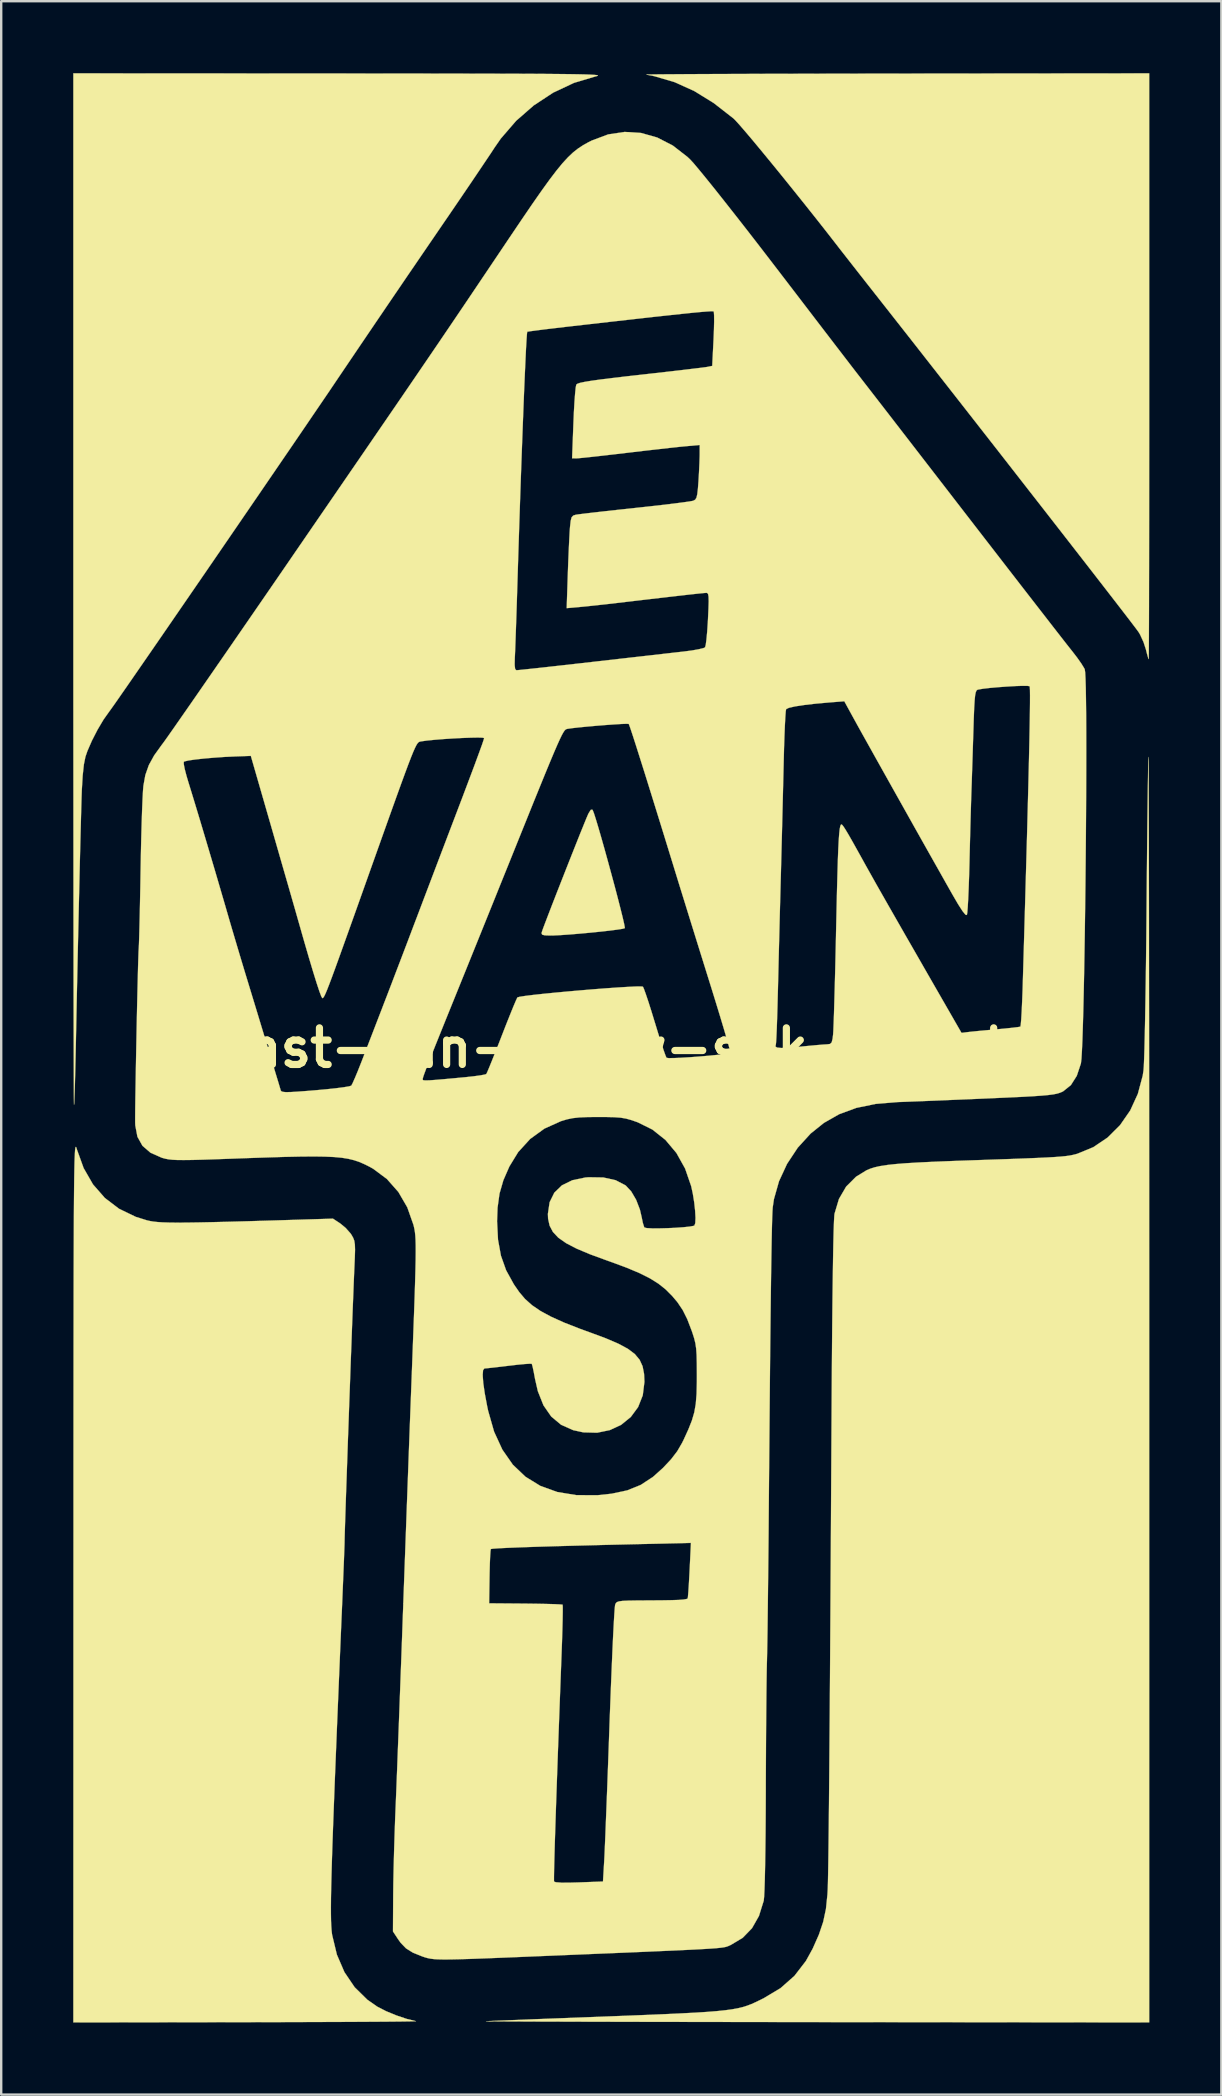
<source format=kicad_pcb>
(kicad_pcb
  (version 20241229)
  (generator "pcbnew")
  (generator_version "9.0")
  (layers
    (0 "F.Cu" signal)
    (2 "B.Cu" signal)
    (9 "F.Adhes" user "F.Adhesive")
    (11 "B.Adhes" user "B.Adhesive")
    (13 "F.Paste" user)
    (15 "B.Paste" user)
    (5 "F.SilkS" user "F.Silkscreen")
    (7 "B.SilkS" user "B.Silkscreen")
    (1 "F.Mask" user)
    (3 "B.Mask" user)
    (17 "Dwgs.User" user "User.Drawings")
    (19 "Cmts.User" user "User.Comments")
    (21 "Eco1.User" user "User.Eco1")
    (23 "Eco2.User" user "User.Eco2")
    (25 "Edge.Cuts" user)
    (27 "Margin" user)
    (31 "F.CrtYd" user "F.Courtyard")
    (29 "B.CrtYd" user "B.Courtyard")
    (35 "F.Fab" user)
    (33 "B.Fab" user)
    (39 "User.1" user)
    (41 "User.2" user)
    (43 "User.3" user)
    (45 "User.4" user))
  (footprint "east-van-arrow-silk-invert"
    (layer "F.Cu")
    (at 22.412 40.599)
    (property "Reference" "east-van-arrow-silk-invert" (at 0 0 0) (layer "F.SilkS") (effects (font (size 1.524 1.524) (thickness 0.3))))
    (attr through_hole)
    (fp_poly (pts (xy -0.769 -9.893) (xy -0.719 -9.765) (xy -0.64 -9.517) (xy -0.536 -9.172) (xy -0.414 -8.751) (xy -0.279 -8.274) (xy -0.138 -7.763) (xy 0.005 -7.239) (xy 0.144 -6.724) (xy 0.272 -6.238) (xy 0.383 -5.803) (xy 0.473 -5.441) (xy 0.535 -5.171) (xy 0.564 -5.016) (xy 0.563 -4.987) (xy 0.469 -4.96) (xy 0.25 -4.926) (xy -0.066 -4.885) (xy -0.45 -4.842) (xy -0.875 -4.799) (xy -1.311 -4.759) (xy -1.731 -4.724) (xy -2.106 -4.698) (xy -2.408 -4.683) (xy -2.536 -4.681) (xy -2.768 -4.688) (xy -2.88 -4.717) (xy -2.904 -4.78) (xy -2.896 -4.815) (xy -2.854 -4.94) (xy -2.762 -5.185) (xy -2.63 -5.53) (xy -2.467 -5.954) (xy -2.28 -6.434) (xy -2.078 -6.949) (xy -1.87 -7.478) (xy -1.664 -8) (xy -1.468 -8.493) (xy -1.292 -8.935) (xy -1.142 -9.305) (xy -1.029 -9.582) (xy -0.959 -9.744) (xy -0.947 -9.768) (xy -0.856 -9.914) (xy -0.793 -9.926) (xy -0.769 -9.893)) (stroke (width 0.01) (type solid)) (fill yes) (layer "F.SilkS"))
    (fp_poly (pts (xy 22.407 -28.393) (xy 22.407 -27.037) (xy 22.407 -25.724) (xy 22.406 -24.461) (xy 22.405 -23.256) (xy 22.404 -22.118) (xy 22.403 -21.055) (xy 22.402 -20.075) (xy 22.4 -19.187) (xy 22.399 -18.397) (xy 22.397 -17.715) (xy 22.395 -17.148) (xy 22.393 -16.706) (xy 22.391 -16.395) (xy 22.389 -16.224) (xy 22.387 -16.192) (xy 22.36 -16.259) (xy 22.311 -16.433) (xy 22.271 -16.594) (xy 22.17 -16.904) (xy 22.028 -17.214) (xy 21.965 -17.32) (xy 21.89 -17.423) (xy 21.727 -17.639) (xy 21.483 -17.958) (xy 21.163 -18.373) (xy 20.776 -18.874) (xy 20.326 -19.455) (xy 19.822 -20.105) (xy 19.269 -20.816) (xy 18.674 -21.581) (xy 18.043 -22.391) (xy 17.384 -23.236) (xy 16.703 -24.11) (xy 16.007 -25.002) (xy 15.301 -25.905) (xy 14.593 -26.811) (xy 13.889 -27.71) (xy 13.196 -28.595) (xy 12.521 -29.457) (xy 11.869 -30.287) (xy 11.375 -30.916) (xy 10.978 -31.421) (xy 10.595 -31.908) (xy 10.242 -32.358) (xy 9.933 -32.753) (xy 9.681 -33.075) (xy 9.502 -33.304) (xy 9.439 -33.386) (xy 9.012 -33.935) (xy 8.559 -34.511) (xy 8.091 -35.1) (xy 7.619 -35.689) (xy 7.156 -36.264) (xy 6.711 -36.811) (xy 6.297 -37.315) (xy 5.924 -37.765) (xy 5.604 -38.144) (xy 5.348 -38.44) (xy 5.168 -38.639) (xy 5.092 -38.714) (xy 4.268 -39.356) (xy 3.456 -39.857) (xy 2.638 -40.227) (xy 1.796 -40.475) (xy 1.458 -40.541) (xy 1.51 -40.545) (xy 1.707 -40.549) (xy 2.041 -40.553) (xy 2.502 -40.556) (xy 3.083 -40.56) (xy 3.774 -40.564) (xy 4.568 -40.567) (xy 5.455 -40.57) (xy 6.427 -40.574) (xy 7.476 -40.576) (xy 8.593 -40.579) (xy 9.77 -40.581) (xy 10.997 -40.583) (xy 11.837 -40.584) (xy 22.407 -40.594) (xy 22.407 -28.393)) (stroke (width 0.01) (type solid)) (fill yes) (layer "F.SilkS"))
    (fp_poly (pts (xy -11.261 -40.588) (xy -9.731 -40.587) (xy -8.347 -40.586) (xy -7.103 -40.584) (xy -5.992 -40.582) (xy -5.007 -40.58) (xy -4.142 -40.578) (xy -3.389 -40.575) (xy -2.742 -40.571) (xy -2.195 -40.566) (xy -1.739 -40.561) (xy -1.369 -40.555) (xy -1.077 -40.548) (xy -0.857 -40.539) (xy -0.702 -40.53) (xy -0.605 -40.52) (xy -0.56 -40.508) (xy -0.559 -40.495) (xy -0.596 -40.48) (xy -0.652 -40.467) (xy -1.554 -40.197) (xy -2.42 -39.79) (xy -3.229 -39.258) (xy -3.963 -38.617) (xy -4.6 -37.879) (xy -4.859 -37.506) (xy -5.002 -37.287) (xy -5.22 -36.962) (xy -5.498 -36.548) (xy -5.824 -36.064) (xy -6.186 -35.531) (xy -6.57 -34.967) (xy -6.959 -34.398) (xy -7.751 -33.24) (xy -8.475 -32.18) (xy -9.151 -31.187) (xy -9.799 -30.233) (xy -10.439 -29.289) (xy -11.09 -28.326) (xy -11.394 -27.876) (xy -11.702 -27.419) (xy -12.068 -26.88) (xy -12.485 -26.268) (xy -12.945 -25.592) (xy -13.442 -24.864) (xy -13.97 -24.092) (xy -14.52 -23.287) (xy -15.087 -22.459) (xy -15.663 -21.618) (xy -16.242 -20.773) (xy -16.817 -19.935) (xy -17.381 -19.114) (xy -17.928 -18.319) (xy -18.449 -17.561) (xy -18.939 -16.849) (xy -19.391 -16.194) (xy -19.798 -15.605) (xy -20.152 -15.093) (xy -20.448 -14.667) (xy -20.678 -14.337) (xy -20.836 -14.114) (xy -20.914 -14.007) (xy -20.916 -14.005) (xy -21.151 -13.673) (xy -21.4 -13.252) (xy -21.633 -12.798) (xy -21.82 -12.369) (xy -21.904 -12.124) (xy -21.968 -11.807) (xy -22.018 -11.345) (xy -22.054 -10.743) (xy -22.065 -10.436) (xy -22.079 -9.941) (xy -22.096 -9.312) (xy -22.115 -8.571) (xy -22.136 -7.737) (xy -22.157 -6.831) (xy -22.18 -5.873) (xy -22.202 -4.884) (xy -22.225 -3.884) (xy -22.246 -2.893) (xy -22.267 -1.932) (xy -22.285 -1.02) (xy -22.301 -0.23) (xy -22.314 0.382) (xy -22.327 0.944) (xy -22.34 1.438) (xy -22.352 1.845) (xy -22.364 2.148) (xy -22.373 2.329) (xy -22.379 2.372) (xy -22.381 2.299) (xy -22.384 2.079) (xy -22.386 1.718) (xy -22.388 1.221) (xy -22.39 0.595) (xy -22.392 -0.153) (xy -22.394 -1.018) (xy -22.396 -1.994) (xy -22.398 -3.075) (xy -22.399 -4.253) (xy -22.401 -5.524) (xy -22.402 -6.881) (xy -22.403 -8.318) (xy -22.404 -9.829) (xy -22.405 -11.407) (xy -22.406 -13.047) (xy -22.407 -14.743) (xy -22.407 -16.487) (xy -22.407 -18.275) (xy -22.407 -19.095) (xy -22.407 -40.594) (xy -11.261 -40.588)) (stroke (width 0.01) (type solid)) (fill yes) (layer "F.SilkS"))
    (fp_poly (pts (xy -22.289 4.138) (xy -22.275 4.174) (xy -22.262 4.221) (xy -21.978 5.008) (xy -21.589 5.685) (xy -21.095 6.251) (xy -20.501 6.703) (xy -19.807 7.038) (xy -19.338 7.184) (xy -19.212 7.212) (xy -19.069 7.236) (xy -18.898 7.254) (xy -18.686 7.268) (xy -18.423 7.276) (xy -18.097 7.28) (xy -17.696 7.278) (xy -17.21 7.271) (xy -16.626 7.259) (xy -15.934 7.242) (xy -15.121 7.22) (xy -14.176 7.192) (xy -13.221 7.163) (xy -11.593 7.113) (xy -11.292 7.311) (xy -11.062 7.501) (xy -10.861 7.728) (xy -10.821 7.787) (xy -10.75 7.912) (xy -10.704 8.035) (xy -10.68 8.189) (xy -10.673 8.407) (xy -10.682 8.721) (xy -10.696 9.039) (xy -10.709 9.332) (xy -10.726 9.746) (xy -10.746 10.264) (xy -10.77 10.873) (xy -10.796 11.557) (xy -10.823 12.301) (xy -10.853 13.09) (xy -10.882 13.909) (xy -10.913 14.743) (xy -10.942 15.576) (xy -10.972 16.395) (xy -10.999 17.183) (xy -11.025 17.926) (xy -11.049 18.609) (xy -11.069 19.216) (xy -11.086 19.733) (xy -11.099 20.145) (xy -11.107 20.436) (xy -11.11 20.591) (xy -11.11 20.604) (xy -11.113 20.713) (xy -11.122 20.958) (xy -11.135 21.32) (xy -11.154 21.782) (xy -11.176 22.325) (xy -11.201 22.932) (xy -11.228 23.584) (xy -11.231 23.635) (xy -11.301 25.29) (xy -11.364 26.798) (xy -11.421 28.168) (xy -11.471 29.405) (xy -11.516 30.518) (xy -11.554 31.514) (xy -11.587 32.398) (xy -11.615 33.18) (xy -11.637 33.865) (xy -11.654 34.461) (xy -11.667 34.976) (xy -11.675 35.415) (xy -11.678 35.787) (xy -11.677 36.098) (xy -11.673 36.356) (xy -11.664 36.568) (xy -11.652 36.741) (xy -11.637 36.882) (xy -11.627 36.949) (xy -11.429 37.771) (xy -11.115 38.499) (xy -10.69 39.127) (xy -10.158 39.65) (xy -9.746 39.937) (xy -9.39 40.121) (xy -8.959 40.299) (xy -8.52 40.447) (xy -8.142 40.54) (xy -8.134 40.541) (xy -8.181 40.546) (xy -8.372 40.55) (xy -8.695 40.555) (xy -9.141 40.56) (xy -9.7 40.564) (xy -10.361 40.568) (xy -11.115 40.572) (xy -11.95 40.575) (xy -12.857 40.578) (xy -13.826 40.581) (xy -14.846 40.583) (xy -15.175 40.584) (xy -22.407 40.594) (xy -22.403 22.158) (xy -22.402 20.173) (xy -22.402 18.337) (xy -22.401 16.642) (xy -22.4 15.085) (xy -22.399 13.659) (xy -22.398 12.358) (xy -22.396 11.178) (xy -22.395 10.113) (xy -22.393 9.156) (xy -22.39 8.304) (xy -22.387 7.549) (xy -22.384 6.887) (xy -22.38 6.311) (xy -22.375 5.818) (xy -22.37 5.4) (xy -22.364 5.052) (xy -22.358 4.769) (xy -22.35 4.546) (xy -22.342 4.376) (xy -22.334 4.254) (xy -22.324 4.175) (xy -22.313 4.133) (xy -22.302 4.123) (xy -22.289 4.138)) (stroke (width 0.01) (type solid)) (fill yes) (layer "F.SilkS"))
    (fp_poly (pts (xy 22.38 -12.045) (xy 22.383 -11.823) (xy 22.385 -11.46) (xy 22.387 -10.959) (xy 22.389 -10.327) (xy 22.391 -9.569) (xy 22.393 -8.691) (xy 22.394 -7.699) (xy 22.396 -6.597) (xy 22.398 -5.391) (xy 22.399 -4.087) (xy 22.4 -2.691) (xy 22.402 -1.207) (xy 22.403 0.358) (xy 22.404 1.999) (xy 22.405 3.71) (xy 22.406 5.487) (xy 22.406 7.323) (xy 22.407 9.212) (xy 22.407 11.151) (xy 22.407 13.132) (xy 22.407 14.222) (xy 22.407 40.594) (xy 8.384 40.58) (xy 6.936 40.578) (xy 5.534 40.576) (xy 4.185 40.574) (xy 2.896 40.572) (xy 1.675 40.57) (xy 0.529 40.568) (xy -0.535 40.565) (xy -1.509 40.563) (xy -2.386 40.56) (xy -3.159 40.558) (xy -3.821 40.555) (xy -4.364 40.553) (xy -4.781 40.55) (xy -5.065 40.548) (xy -5.208 40.545) (xy -5.218 40.544) (xy -5.05 40.536) (xy -4.747 40.523) (xy -4.329 40.506) (xy -3.814 40.486) (xy -3.222 40.462) (xy -2.572 40.437) (xy -1.883 40.411) (xy -1.65 40.402) (xy -0.469 40.357) (xy 0.569 40.317) (xy 1.475 40.281) (xy 2.26 40.248) (xy 2.935 40.216) (xy 3.511 40.186) (xy 3.998 40.155) (xy 4.407 40.122) (xy 4.75 40.086) (xy 5.036 40.047) (xy 5.277 40.003) (xy 5.483 39.953) (xy 5.666 39.895) (xy 5.835 39.83) (xy 6.003 39.755) (xy 6.179 39.67) (xy 6.355 39.583) (xy 7.05 39.166) (xy 7.63 38.654) (xy 8.107 38.034) (xy 8.388 37.524) (xy 8.649 36.935) (xy 8.828 36.404) (xy 8.942 35.868) (xy 9.004 35.267) (xy 9.016 35.057) (xy 9.024 34.815) (xy 9.032 34.434) (xy 9.041 33.91) (xy 9.05 33.245) (xy 9.059 32.437) (xy 9.069 31.484) (xy 9.079 30.387) (xy 9.089 29.143) (xy 9.1 27.753) (xy 9.111 26.215) (xy 9.122 24.528) (xy 9.134 22.692) (xy 9.146 20.706) (xy 9.158 18.568) (xy 9.171 16.278) (xy 9.176 15.463) (xy 9.184 14.071) (xy 9.193 12.787) (xy 9.203 11.617) (xy 9.214 10.565) (xy 9.226 9.635) (xy 9.238 8.833) (xy 9.25 8.162) (xy 9.263 7.627) (xy 9.277 7.234) (xy 9.291 6.986) (xy 9.3 6.906) (xy 9.484 6.292) (xy 9.784 5.777) (xy 10.199 5.364) (xy 10.627 5.101) (xy 10.787 5.032) (xy 10.975 4.973) (xy 11.204 4.922) (xy 11.49 4.878) (xy 11.846 4.839) (xy 12.287 4.804) (xy 12.826 4.772) (xy 13.479 4.741) (xy 14.259 4.71) (xy 15.002 4.684) (xy 15.884 4.654) (xy 16.626 4.628) (xy 17.243 4.605) (xy 17.748 4.584) (xy 18.156 4.565) (xy 18.48 4.546) (xy 18.734 4.527) (xy 18.933 4.507) (xy 19.09 4.485) (xy 19.219 4.46) (xy 19.334 4.432) (xy 19.415 4.409) (xy 20.079 4.135) (xy 20.676 3.733) (xy 21.192 3.219) (xy 21.616 2.608) (xy 21.934 1.916) (xy 22.137 1.157) (xy 22.17 0.938) (xy 22.183 0.768) (xy 22.196 0.459) (xy 22.21 0.022) (xy 22.223 -0.53) (xy 22.237 -1.184) (xy 22.25 -1.927) (xy 22.263 -2.746) (xy 22.275 -3.627) (xy 22.286 -4.56) (xy 22.295 -5.529) (xy 22.298 -5.87) (xy 22.306 -6.833) (xy 22.315 -7.751) (xy 22.324 -8.613) (xy 22.332 -9.406) (xy 22.341 -10.121) (xy 22.349 -10.744) (xy 22.357 -11.265) (xy 22.364 -11.673) (xy 22.371 -11.955) (xy 22.376 -12.1) (xy 22.378 -12.118) (xy 22.38 -12.045)) (stroke (width 0.01) (type solid)) (fill yes) (layer "F.SilkS"))
    (fp_poly (pts (xy 1.244 -38.11) (xy 1.916 -37.92) (xy 2.564 -37.586) (xy 3.177 -37.11) (xy 3.292 -37) (xy 3.429 -36.85) (xy 3.649 -36.589) (xy 3.943 -36.23) (xy 4.302 -35.785) (xy 4.715 -35.264) (xy 5.174 -34.681) (xy 5.67 -34.046) (xy 6.192 -33.372) (xy 6.731 -32.671) (xy 6.893 -32.46) (xy 7.432 -31.756) (xy 7.952 -31.077) (xy 8.444 -30.434) (xy 8.899 -29.84) (xy 9.308 -29.306) (xy 9.663 -28.844) (xy 9.954 -28.465) (xy 10.173 -28.181) (xy 10.31 -28.004) (xy 10.336 -27.971) (xy 10.437 -27.84) (xy 10.625 -27.598) (xy 10.891 -27.254) (xy 11.228 -26.819) (xy 11.629 -26.301) (xy 12.085 -25.71) (xy 12.589 -25.058) (xy 13.134 -24.352) (xy 13.712 -23.604) (xy 14.315 -22.823) (xy 14.725 -22.292) (xy 15.343 -21.492) (xy 15.943 -20.716) (xy 16.516 -19.975) (xy 17.055 -19.279) (xy 17.552 -18.638) (xy 18 -18.061) (xy 18.389 -17.559) (xy 18.714 -17.142) (xy 18.965 -16.82) (xy 19.136 -16.604) (xy 19.199 -16.525) (xy 19.407 -16.255) (xy 19.583 -16.005) (xy 19.699 -15.816) (xy 19.723 -15.766) (xy 19.74 -15.642) (xy 19.754 -15.377) (xy 19.766 -14.984) (xy 19.774 -14.475) (xy 19.781 -13.863) (xy 19.784 -13.16) (xy 19.785 -12.38) (xy 19.784 -11.534) (xy 19.781 -10.635) (xy 19.776 -9.696) (xy 19.769 -8.729) (xy 19.76 -7.747) (xy 19.75 -6.763) (xy 19.738 -5.788) (xy 19.725 -4.836) (xy 19.71 -3.92) (xy 19.695 -3.051) (xy 19.678 -2.242) (xy 19.661 -1.507) (xy 19.642 -0.857) (xy 19.624 -0.305) (xy 19.604 0.137) (xy 19.585 0.455) (xy 19.564 0.638) (xy 19.562 0.652) (xy 19.391 1.164) (xy 19.145 1.551) (xy 18.826 1.807) (xy 18.783 1.829) (xy 18.683 1.871) (xy 18.563 1.907) (xy 18.409 1.937) (xy 18.202 1.964) (xy 17.926 1.989) (xy 17.566 2.014) (xy 17.104 2.04) (xy 16.524 2.067) (xy 15.809 2.099) (xy 15.693 2.104) (xy 15.004 2.134) (xy 14.319 2.162) (xy 13.663 2.19) (xy 13.063 2.214) (xy 12.546 2.234) (xy 12.137 2.25) (xy 11.933 2.257) (xy 11.017 2.333) (xy 10.213 2.498) (xy 9.5 2.759) (xy 8.86 3.123) (xy 8.305 3.568) (xy 7.768 4.156) (xy 7.323 4.829) (xy 6.987 5.554) (xy 6.776 6.299) (xy 6.725 6.644) (xy 6.714 6.807) (xy 6.703 7.085) (xy 6.692 7.479) (xy 6.681 7.993) (xy 6.67 8.63) (xy 6.658 9.394) (xy 6.646 10.288) (xy 6.634 11.314) (xy 6.621 12.477) (xy 6.608 13.779) (xy 6.595 15.223) (xy 6.581 16.813) (xy 6.566 18.552) (xy 6.56 19.299) (xy 6.553 20.212) (xy 6.544 21.108) (xy 6.535 21.971) (xy 6.526 22.785) (xy 6.517 23.532) (xy 6.509 24.197) (xy 6.5 24.763) (xy 6.492 25.213) (xy 6.485 25.531) (xy 6.483 25.592) (xy 6.476 25.893) (xy 6.469 26.328) (xy 6.462 26.878) (xy 6.456 27.523) (xy 6.45 28.244) (xy 6.445 29.022) (xy 6.441 29.837) (xy 6.437 30.67) (xy 6.437 30.963) (xy 6.433 31.856) (xy 6.427 32.681) (xy 6.418 33.425) (xy 6.408 34.077) (xy 6.396 34.625) (xy 6.382 35.056) (xy 6.367 35.36) (xy 6.351 35.522) (xy 6.349 35.529) (xy 6.152 36.159) (xy 5.862 36.67) (xy 5.475 37.069) (xy 4.985 37.363) (xy 4.967 37.371) (xy 4.915 37.395) (xy 4.867 37.416) (xy 4.815 37.435) (xy 4.749 37.453) (xy 4.66 37.469) (xy 4.539 37.485) (xy 4.377 37.501) (xy 4.164 37.517) (xy 3.892 37.534) (xy 3.55 37.553) (xy 3.13 37.574) (xy 2.623 37.598) (xy 2.019 37.624) (xy 1.309 37.655) (xy 0.484 37.69) (xy -0.466 37.729) (xy -1.549 37.774) (xy -2.775 37.825) (xy -2.954 37.832) (xy -3.889 37.871) (xy -4.683 37.903) (xy -5.349 37.929) (xy -5.901 37.949) (xy -6.352 37.962) (xy -6.714 37.97) (xy -7.001 37.971) (xy -7.225 37.966) (xy -7.399 37.955) (xy -7.536 37.937) (xy -7.65 37.914) (xy -7.753 37.885) (xy -7.859 37.85) (xy -7.875 37.844) (xy -8.265 37.687) (xy -8.549 37.509) (xy -8.773 37.277) (xy -8.882 37.124) (xy -9.093 36.804) (xy -9.084 35.303) (xy -9.078 34.787) (xy -9.065 34.161) (xy -9.047 33.47) (xy -9.025 32.76) (xy -9.001 32.072) (xy -8.987 31.731) (xy -8.97 31.321) (xy -8.948 30.774) (xy -8.922 30.107) (xy -8.893 29.338) (xy -8.86 28.482) (xy -8.825 27.557) (xy -8.789 26.579) (xy -8.751 25.566) (xy -8.713 24.533) (xy -8.676 23.499) (xy -8.669 23.328) (xy -8.663 23.136) (xy -5.088 23.136) (xy -3.574 23.148) (xy -3.108 23.154) (xy -2.697 23.162) (xy -2.365 23.171) (xy -2.134 23.182) (xy -2.03 23.192) (xy -2.027 23.194) (xy -2.021 23.276) (xy -2.021 23.492) (xy -2.026 23.82) (xy -2.037 24.24) (xy -2.052 24.731) (xy -2.071 25.254) (xy -2.127 26.738) (xy -2.178 28.109) (xy -2.224 29.363) (xy -2.264 30.496) (xy -2.299 31.504) (xy -2.328 32.383) (xy -2.352 33.13) (xy -2.369 33.739) (xy -2.381 34.208) (xy -2.386 34.532) (xy -2.386 34.707) (xy -2.385 34.724) (xy -2.307 34.755) (xy -2.086 34.771) (xy -1.73 34.772) (xy -1.362 34.762) (xy -0.345 34.724) (xy -0.295 33.879) (xy -0.283 33.651) (xy -0.267 33.286) (xy -0.246 32.8) (xy -0.223 32.208) (xy -0.196 31.528) (xy -0.167 30.775) (xy -0.137 29.965) (xy -0.106 29.115) (xy -0.075 28.24) (xy -0.074 28.201) (xy -0.042 27.349) (xy -0.011 26.54) (xy 0.02 25.787) (xy 0.049 25.104) (xy 0.077 24.503) (xy 0.103 23.999) (xy 0.126 23.605) (xy 0.145 23.335) (xy 0.16 23.202) (xy 0.162 23.194) (xy 0.19 23.131) (xy 0.236 23.086) (xy 0.322 23.055) (xy 0.471 23.035) (xy 0.705 23.024) (xy 1.045 23.018) (xy 1.516 23.015) (xy 1.552 23.015) (xy 2.104 23.011) (xy 2.52 23.004) (xy 2.818 22.994) (xy 3.016 22.978) (xy 3.133 22.957) (xy 3.184 22.931) (xy 3.195 22.85) (xy 3.212 22.642) (xy 3.232 22.337) (xy 3.253 21.959) (xy 3.263 21.763) (xy 3.319 20.619) (xy 0.873 20.676) (xy -0.306 20.704) (xy -1.363 20.731) (xy -2.294 20.756) (xy -3.095 20.78) (xy -3.763 20.803) (xy -4.292 20.824) (xy -4.681 20.843) (xy -4.923 20.86) (xy -5.016 20.875) (xy -5.016 20.875) (xy -5.031 20.961) (xy -5.045 21.173) (xy -5.058 21.481) (xy -5.068 21.858) (xy -5.071 22.025) (xy -5.088 23.136) (xy -8.663 23.136) (xy -8.631 22.263) (xy -8.591 21.173) (xy -8.551 20.079) (xy -8.512 19) (xy -8.473 17.956) (xy -8.437 16.967) (xy -8.403 16.053) (xy -8.372 15.233) (xy -8.345 14.527) (xy -8.324 13.966) (xy -8.311 13.63) (xy -5.356 13.63) (xy -5.332 13.959) (xy -5.269 14.398) (xy -5.168 14.933) (xy -5.129 15.117) (xy -4.881 15.986) (xy -4.537 16.734) (xy -4.101 17.361) (xy -3.573 17.864) (xy -2.954 18.245) (xy -2.248 18.5) (xy -1.454 18.63) (xy -0.575 18.633) (xy 0.016 18.57) (xy 0.667 18.431) (xy 1.226 18.205) (xy 1.736 17.871) (xy 2.152 17.498) (xy 2.494 17.133) (xy 2.749 16.8) (xy 2.955 16.444) (xy 3.013 16.327) (xy 3.212 15.891) (xy 3.358 15.523) (xy 3.458 15.181) (xy 3.52 14.826) (xy 3.553 14.418) (xy 3.565 13.917) (xy 3.566 13.621) (xy 3.563 13.148) (xy 3.555 12.793) (xy 3.536 12.522) (xy 3.503 12.299) (xy 3.451 12.09) (xy 3.377 11.859) (xy 3.349 11.779) (xy 3.166 11.3) (xy 2.977 10.922) (xy 2.756 10.593) (xy 2.538 10.334) (xy 2.268 10.063) (xy 1.966 9.822) (xy 1.61 9.599) (xy 1.178 9.382) (xy 0.646 9.158) (xy -0.008 8.916) (xy -0.188 8.852) (xy -0.887 8.596) (xy -1.447 8.36) (xy -1.883 8.133) (xy -2.207 7.905) (xy -2.431 7.666) (xy -2.568 7.406) (xy -2.632 7.115) (xy -2.64 6.913) (xy -2.568 6.429) (xy -2.372 6.031) (xy -2.056 5.725) (xy -1.623 5.513) (xy -1.078 5.399) (xy -0.943 5.388) (xy -0.331 5.398) (xy 0.185 5.512) (xy 0.596 5.728) (xy 0.604 5.734) (xy 0.831 5.978) (xy 1.036 6.328) (xy 1.193 6.736) (xy 1.268 7.06) (xy 1.314 7.286) (xy 1.365 7.449) (xy 1.384 7.483) (xy 1.479 7.506) (xy 1.691 7.518) (xy 1.984 7.519) (xy 2.324 7.51) (xy 2.674 7.494) (xy 2.999 7.471) (xy 3.263 7.444) (xy 3.43 7.413) (xy 3.462 7.4) (xy 3.499 7.298) (xy 3.509 7.081) (xy 3.493 6.782) (xy 3.455 6.436) (xy 3.398 6.078) (xy 3.329 5.76) (xy 3.075 5.025) (xy 2.714 4.378) (xy 2.256 3.833) (xy 1.711 3.401) (xy 1.103 3.1) (xy 0.841 3.008) (xy 0.618 2.946) (xy 0.392 2.907) (xy 0.121 2.887) (xy -0.234 2.879) (xy -0.537 2.878) (xy -0.993 2.882) (xy -1.337 2.897) (xy -1.609 2.927) (xy -1.85 2.978) (xy -2.101 3.054) (xy -2.104 3.056) (xy -2.784 3.362) (xy -3.379 3.793) (xy -3.878 4.341) (xy -4.245 4.941) (xy -4.495 5.514) (xy -4.655 6.067) (xy -4.737 6.659) (xy -4.757 7.224) (xy -4.718 7.989) (xy -4.596 8.656) (xy -4.38 9.264) (xy -4.056 9.851) (xy -3.834 10.172) (xy -3.593 10.457) (xy -3.304 10.716) (xy -2.947 10.96) (xy -2.504 11.199) (xy -1.958 11.445) (xy -1.29 11.706) (xy -0.876 11.856) (xy -0.225 12.098) (xy 0.292 12.32) (xy 0.689 12.533) (xy 0.98 12.752) (xy 1.18 12.991) (xy 1.304 13.261) (xy 1.366 13.578) (xy 1.381 13.914) (xy 1.312 14.472) (xy 1.117 14.963) (xy 0.813 15.375) (xy 0.416 15.698) (xy -0.057 15.92) (xy -0.589 16.03) (xy -1.163 16.015) (xy -1.585 15.924) (xy -2.088 15.701) (xy -2.5 15.357) (xy -2.824 14.89) (xy -3.059 14.299) (xy -3.175 13.791) (xy -3.228 13.507) (xy -3.275 13.286) (xy -3.308 13.169) (xy -3.313 13.16) (xy -3.398 13.156) (xy -3.604 13.169) (xy -3.901 13.197) (xy -4.257 13.239) (xy -4.261 13.239) (xy -4.626 13.283) (xy -4.942 13.319) (xy -5.173 13.344) (xy -5.283 13.352) (xy -5.34 13.424) (xy -5.356 13.63) (xy -8.311 13.63) (xy -8.282 12.86) (xy -8.246 11.897) (xy -8.215 11.065) (xy -8.19 10.353) (xy -8.171 9.751) (xy -8.157 9.247) (xy -8.148 8.831) (xy -8.145 8.491) (xy -8.146 8.217) (xy -8.152 7.997) (xy -8.163 7.82) (xy -8.178 7.676) (xy -8.198 7.554) (xy -8.222 7.442) (xy -8.241 7.367) (xy -8.497 6.641) (xy -8.869 6.001) (xy -9.345 5.462) (xy -9.917 5.036) (xy -10.091 4.939) (xy -10.301 4.836) (xy -10.505 4.748) (xy -10.718 4.677) (xy -10.953 4.62) (xy -11.224 4.576) (xy -11.546 4.546) (xy -11.932 4.529) (xy -12.396 4.522) (xy -12.952 4.527) (xy -13.614 4.541) (xy -14.396 4.565) (xy -15.311 4.596) (xy -15.733 4.612) (xy -16.436 4.637) (xy -17.003 4.656) (xy -17.453 4.668) (xy -17.804 4.672) (xy -18.074 4.67) (xy -18.28 4.66) (xy -18.442 4.642) (xy -18.576 4.616) (xy -18.701 4.582) (xy -18.734 4.571) (xy -19.195 4.366) (xy -19.528 4.078) (xy -19.738 3.701) (xy -19.827 3.23) (xy -19.832 3.108) (xy -19.832 2.877) (xy -19.829 2.525) (xy -19.823 2.071) (xy -19.814 1.536) (xy -19.804 0.937) (xy -19.792 0.296) (xy -19.779 -0.368) (xy -19.766 -1.036) (xy -19.752 -1.687) (xy -19.738 -2.302) (xy -19.724 -2.861) (xy -19.712 -3.345) (xy -19.7 -3.734) (xy -19.691 -4.007) (xy -19.683 -4.144) (xy -19.675 -4.298) (xy -19.665 -4.586) (xy -19.654 -4.989) (xy -19.642 -5.487) (xy -19.63 -6.061) (xy -19.617 -6.691) (xy -19.606 -7.359) (xy -19.605 -7.405) (xy -19.593 -8.087) (xy -19.578 -8.745) (xy -19.561 -9.357) (xy -19.543 -9.901) (xy -19.524 -10.356) (xy -19.506 -10.701) (xy -19.489 -10.914) (xy -19.408 -11.365) (xy -19.265 -11.773) (xy -19.238 -11.823) (xy -17.808 -11.823) (xy -17.768 -11.616) (xy -17.693 -11.329) (xy -17.61 -11.05) (xy -17.484 -10.642) (xy -17.323 -10.113) (xy -17.135 -9.492) (xy -16.93 -8.805) (xy -16.715 -8.081) (xy -16.497 -7.346) (xy -16.287 -6.628) (xy -16.09 -5.955) (xy -15.999 -5.64) (xy -15.848 -5.121) (xy -15.669 -4.517) (xy -15.482 -3.889) (xy -15.305 -3.3) (xy -15.235 -3.069) (xy -15.091 -2.597) (xy -14.931 -2.071) (xy -14.76 -1.51) (xy -14.586 -0.936) (xy -14.413 -0.367) (xy -14.249 0.174) (xy -14.1 0.669) (xy -13.971 1.096) (xy -13.868 1.435) (xy -13.799 1.666) (xy -13.77 1.766) (xy -13.744 1.806) (xy -13.681 1.831) (xy -13.559 1.843) (xy -13.357 1.84) (xy -13.056 1.822) (xy -12.635 1.791) (xy -12.32 1.765) (xy -11.867 1.724) (xy -11.466 1.681) (xy -11.143 1.639) (xy -10.922 1.602) (xy -10.83 1.573) (xy -10.778 1.477) (xy -10.7 1.302) (xy -7.856 1.302) (xy -7.853 1.326) (xy -7.846 1.337) (xy -7.808 1.351) (xy -7.717 1.355) (xy -7.555 1.35) (xy -7.307 1.332) (xy -6.953 1.302) (xy -6.476 1.258) (xy -6.062 1.219) (xy -5.725 1.182) (xy -5.448 1.144) (xy -5.263 1.109) (xy -5.207 1.089) (xy -5.165 1.004) (xy -5.078 0.798) (xy -4.954 0.492) (xy -4.801 0.108) (xy -4.628 -0.333) (xy -4.564 -0.499) (xy -4.386 -0.956) (xy -4.223 -1.365) (xy -4.085 -1.705) (xy -3.98 -1.953) (xy -3.918 -2.087) (xy -3.908 -2.103) (xy -3.815 -2.129) (xy -3.592 -2.164) (xy -3.261 -2.205) (xy -2.842 -2.251) (xy -2.358 -2.299) (xy -1.831 -2.348) (xy -1.283 -2.396) (xy -0.735 -2.442) (xy -0.21 -2.482) (xy 0.272 -2.516) (xy 0.687 -2.541) (xy 1.015 -2.557) (xy 1.233 -2.56) (xy 1.319 -2.549) (xy 1.361 -2.457) (xy 1.439 -2.241) (xy 1.545 -1.926) (xy 1.669 -1.536) (xy 1.804 -1.095) (xy 1.813 -1.067) (xy 1.948 -0.624) (xy 2.073 -0.23) (xy 2.178 0.089) (xy 2.257 0.311) (xy 2.301 0.411) (xy 2.303 0.413) (xy 2.394 0.426) (xy 2.606 0.424) (xy 2.909 0.411) (xy 3.272 0.389) (xy 3.664 0.36) (xy 4.053 0.327) (xy 4.408 0.292) (xy 4.699 0.258) (xy 4.895 0.226) (xy 4.963 0.204) (xy 4.949 0.125) (xy 4.901 -0.058) (xy 6.838 -0.058) (xy 6.908 -0.013) (xy 7.079 0.004) (xy 7.368 -0.006) (xy 7.791 -0.043) (xy 7.842 -0.048) (xy 8.226 -0.085) (xy 8.571 -0.117) (xy 8.84 -0.139) (xy 8.992 -0.148) (xy 9.113 -0.164) (xy 9.181 -0.23) (xy 9.219 -0.384) (xy 9.24 -0.556) (xy 9.25 -0.713) (xy 9.262 -1.006) (xy 9.277 -1.419) (xy 9.292 -1.935) (xy 9.309 -2.537) (xy 9.327 -3.208) (xy 9.344 -3.932) (xy 9.361 -4.691) (xy 9.361 -4.719) (xy 9.383 -5.699) (xy 9.402 -6.535) (xy 9.421 -7.238) (xy 9.438 -7.818) (xy 9.456 -8.286) (xy 9.475 -8.652) (xy 9.495 -8.926) (xy 9.516 -9.118) (xy 9.54 -9.239) (xy 9.566 -9.299) (xy 9.596 -9.307) (xy 9.614 -9.294) (xy 9.668 -9.228) (xy 9.747 -9.108) (xy 9.862 -8.918) (xy 10.021 -8.641) (xy 10.233 -8.262) (xy 10.51 -7.764) (xy 10.517 -7.75) (xy 10.673 -7.47) (xy 10.847 -7.16) (xy 11.045 -6.807) (xy 11.276 -6.401) (xy 11.546 -5.927) (xy 11.862 -5.374) (xy 12.231 -4.729) (xy 12.661 -3.981) (xy 13.157 -3.116) (xy 13.346 -2.787) (xy 14.589 -0.625) (xy 14.834 -0.656) (xy 15.005 -0.675) (xy 15.289 -0.704) (xy 15.647 -0.737) (xy 16.036 -0.772) (xy 16.404 -0.806) (xy 16.715 -0.839) (xy 16.937 -0.866) (xy 17.039 -0.885) (xy 17.042 -0.886) (xy 17.057 -0.968) (xy 17.076 -1.182) (xy 17.095 -1.505) (xy 17.114 -1.917) (xy 17.133 -2.395) (xy 17.142 -2.703) (xy 17.193 -4.446) (xy 17.239 -6.041) (xy 17.28 -7.49) (xy 17.317 -8.798) (xy 17.348 -9.97) (xy 17.375 -11.009) (xy 17.397 -11.919) (xy 17.415 -12.704) (xy 17.428 -13.37) (xy 17.437 -13.919) (xy 17.442 -14.355) (xy 17.443 -14.684) (xy 17.44 -14.909) (xy 17.433 -15.035) (xy 17.425 -15.065) (xy 17.332 -15.08) (xy 17.121 -15.081) (xy 16.826 -15.071) (xy 16.482 -15.051) (xy 16.122 -15.025) (xy 15.782 -14.995) (xy 15.496 -14.962) (xy 15.298 -14.929) (xy 15.26 -14.92) (xy 15.217 -14.89) (xy 15.183 -14.817) (xy 15.156 -14.683) (xy 15.135 -14.467) (xy 15.116 -14.15) (xy 15.099 -13.713) (xy 15.086 -13.292) (xy 15.068 -12.729) (xy 15.05 -12.14) (xy 15.031 -11.57) (xy 15.015 -11.066) (xy 15.002 -10.705) (xy 14.99 -10.342) (xy 14.976 -9.862) (xy 14.96 -9.299) (xy 14.944 -8.688) (xy 14.928 -8.066) (xy 14.919 -7.674) (xy 14.904 -7.126) (xy 14.886 -6.627) (xy 14.867 -6.196) (xy 14.848 -5.857) (xy 14.829 -5.629) (xy 14.813 -5.535) (xy 14.753 -5.549) (xy 14.63 -5.7) (xy 14.445 -5.989) (xy 14.217 -6.379) (xy 13.954 -6.844) (xy 13.646 -7.391) (xy 13.301 -8.002) (xy 12.931 -8.659) (xy 12.545 -9.346) (xy 12.154 -10.044) (xy 11.766 -10.735) (xy 11.392 -11.403) (xy 11.042 -12.028) (xy 10.726 -12.594) (xy 10.453 -13.083) (xy 10.234 -13.477) (xy 10.079 -13.759) (xy 10.057 -13.799) (xy 9.707 -14.438) (xy 9.093 -14.39) (xy 8.515 -14.338) (xy 8.03 -14.282) (xy 7.654 -14.224) (xy 7.401 -14.166) (xy 7.285 -14.111) (xy 7.283 -14.108) (xy 7.267 -14.012) (xy 7.25 -13.782) (xy 7.232 -13.441) (xy 7.214 -13.008) (xy 7.197 -12.504) (xy 7.183 -11.949) (xy 7.182 -11.903) (xy 7.167 -11.278) (xy 7.149 -10.54) (xy 7.129 -9.73) (xy 7.108 -8.889) (xy 7.086 -8.058) (xy 7.066 -7.276) (xy 7.06 -7.06) (xy 7.04 -6.305) (xy 7.018 -5.49) (xy 6.997 -4.656) (xy 6.976 -3.843) (xy 6.958 -3.091) (xy 6.942 -2.44) (xy 6.937 -2.264) (xy 6.923 -1.714) (xy 6.908 -1.215) (xy 6.893 -0.787) (xy 6.878 -0.451) (xy 6.865 -0.226) (xy 6.855 -0.135) (xy 6.854 -0.134) (xy 6.838 -0.058) (xy 4.901 -0.058) (xy 4.894 -0.085) (xy 4.802 -0.41) (xy 4.678 -0.832) (xy 4.526 -1.338) (xy 4.351 -1.91) (xy 4.159 -2.532) (xy 4.106 -2.7) (xy 3.864 -3.476) (xy 3.598 -4.329) (xy 3.321 -5.219) (xy 3.046 -6.106) (xy 2.785 -6.948) (xy 2.552 -7.706) (xy 2.444 -8.057) (xy 2.153 -9.001) (xy 1.88 -9.882) (xy 1.629 -10.69) (xy 1.403 -11.415) (xy 1.203 -12.048) (xy 1.035 -12.579) (xy 0.9 -12.998) (xy 0.801 -13.296) (xy 0.742 -13.462) (xy 0.728 -13.494) (xy 0.643 -13.5) (xy 0.437 -13.493) (xy 0.14 -13.475) (xy -0.216 -13.45) (xy -0.602 -13.419) (xy -0.985 -13.385) (xy -1.335 -13.351) (xy -1.621 -13.319) (xy -1.812 -13.292) (xy -1.868 -13.279) (xy -1.905 -13.258) (xy -1.947 -13.215) (xy -1.998 -13.138) (xy -2.064 -13.019) (xy -2.147 -12.847) (xy -2.253 -12.612) (xy -2.386 -12.304) (xy -2.55 -11.914) (xy -2.75 -11.43) (xy -2.989 -10.844) (xy -3.273 -10.145) (xy -3.604 -9.323) (xy -3.975 -8.403) (xy -4.272 -7.665) (xy -4.611 -6.826) (xy -4.973 -5.927) (xy -5.344 -5.008) (xy -5.706 -4.112) (xy -6.043 -3.278) (xy -6.221 -2.839) (xy -6.573 -1.969) (xy -6.872 -1.231) (xy -7.121 -0.613) (xy -7.326 -0.104) (xy -7.489 0.306) (xy -7.617 0.628) (xy -7.712 0.873) (xy -7.779 1.052) (xy -7.823 1.176) (xy -7.847 1.256) (xy -7.856 1.302) (xy -10.7 1.302) (xy -10.683 1.265) (xy -10.558 0.965) (xy -10.415 0.605) (xy -10.359 0.46) (xy -10.181 -0.003) (xy -9.971 -0.548) (xy -9.752 -1.116) (xy -9.548 -1.644) (xy -9.502 -1.765) (xy -9.359 -2.135) (xy -9.173 -2.62) (xy -8.955 -3.192) (xy -8.714 -3.822) (xy -8.463 -4.481) (xy -8.213 -5.142) (xy -8.096 -5.448) (xy -7.838 -6.13) (xy -7.564 -6.851) (xy -7.288 -7.578) (xy -7.023 -8.275) (xy -6.782 -8.909) (xy -6.578 -9.445) (xy -6.522 -9.592) (xy -6.195 -10.451) (xy -5.917 -11.188) (xy -5.688 -11.798) (xy -5.511 -12.279) (xy -5.385 -12.627) (xy -5.314 -12.838) (xy -5.296 -12.906) (xy -5.367 -12.922) (xy -5.561 -12.927) (xy -5.85 -12.922) (xy -6.202 -12.909) (xy -6.59 -12.889) (xy -6.983 -12.864) (xy -7.351 -12.834) (xy -7.666 -12.803) (xy -7.897 -12.771) (xy -7.915 -12.768) (xy -7.955 -12.761) (xy -7.992 -12.751) (xy -8.029 -12.729) (xy -8.07 -12.685) (xy -8.117 -12.611) (xy -8.175 -12.496) (xy -8.248 -12.332) (xy -8.338 -12.11) (xy -8.45 -11.82) (xy -8.587 -11.453) (xy -8.753 -11) (xy -8.951 -10.452) (xy -9.185 -9.799) (xy -9.459 -9.032) (xy -9.776 -8.142) (xy -10.14 -7.119) (xy -10.27 -6.753) (xy -10.604 -5.814) (xy -10.891 -5.01) (xy -11.135 -4.329) (xy -11.338 -3.763) (xy -11.506 -3.299) (xy -11.642 -2.929) (xy -11.751 -2.641) (xy -11.835 -2.425) (xy -11.899 -2.272) (xy -11.947 -2.17) (xy -11.982 -2.11) (xy -12.009 -2.081) (xy -12.032 -2.072) (xy -12.036 -2.072) (xy -12.079 -2.145) (xy -12.159 -2.357) (xy -12.273 -2.701) (xy -12.418 -3.168) (xy -12.592 -3.749) (xy -12.792 -4.436) (xy -13.004 -5.18) (xy -13.068 -5.404) (xy -13.168 -5.756) (xy -13.3 -6.216) (xy -13.457 -6.763) (xy -13.635 -7.379) (xy -13.826 -8.042) (xy -14.025 -8.734) (xy -14.106 -9.017) (xy -15.014 -12.163) (xy -15.66 -12.14) (xy -16.102 -12.12) (xy -16.545 -12.089) (xy -16.961 -12.053) (xy -17.324 -12.013) (xy -17.604 -11.973) (xy -17.772 -11.934) (xy -17.806 -11.917) (xy -17.808 -11.823) (xy -19.238 -11.823) (xy -19.042 -12.181) (xy -18.716 -12.634) (xy -18.694 -12.662) (xy -18.608 -12.779) (xy -18.441 -13.015) (xy -18.199 -13.36) (xy -17.888 -13.807) (xy -17.512 -14.347) (xy -17.08 -14.971) (xy -16.595 -15.672) (xy -16.404 -15.948) (xy -4.025 -15.948) (xy -4.004 -15.781) (xy -3.954 -15.731) (xy -3.85 -15.739) (xy -3.621 -15.762) (xy -3.293 -15.797) (xy -2.892 -15.84) (xy -2.525 -15.881) (xy -2.014 -15.938) (xy -1.401 -16.007) (xy -0.741 -16.082) (xy -0.083 -16.157) (xy 0.499 -16.223) (xy 1.055 -16.286) (xy 1.619 -16.35) (xy 2.151 -16.411) (xy 2.614 -16.464) (xy 2.969 -16.504) (xy 3.014 -16.509) (xy 3.357 -16.554) (xy 3.644 -16.605) (xy 3.84 -16.653) (xy 3.907 -16.685) (xy 3.935 -16.788) (xy 3.965 -17.014) (xy 3.995 -17.334) (xy 4.021 -17.717) (xy 4.029 -17.861) (xy 4.049 -18.294) (xy 4.058 -18.596) (xy 4.053 -18.791) (xy 4.034 -18.9) (xy 3.999 -18.947) (xy 3.965 -18.954) (xy 3.862 -18.947) (xy 3.641 -18.925) (xy 3.296 -18.888) (xy 2.822 -18.834) (xy 2.214 -18.764) (xy 1.465 -18.677) (xy 0.572 -18.572) (xy 0.23 -18.532) (xy -0.209 -18.481) (xy -0.648 -18.433) (xy -1.036 -18.392) (xy -1.323 -18.364) (xy -1.331 -18.363) (xy -1.857 -18.317) (xy -1.809 -19.767) (xy -1.791 -20.262) (xy -1.771 -20.739) (xy -1.751 -21.163) (xy -1.733 -21.5) (xy -1.719 -21.693) (xy -1.69 -21.955) (xy -1.651 -22.103) (xy -1.582 -22.175) (xy -1.472 -22.209) (xy -1.345 -22.227) (xy -1.086 -22.259) (xy -0.717 -22.302) (xy -0.259 -22.354) (xy 0.267 -22.412) (xy 0.841 -22.473) (xy 0.993 -22.49) (xy 1.573 -22.553) (xy 2.108 -22.614) (xy 2.58 -22.67) (xy 2.966 -22.72) (xy 3.246 -22.759) (xy 3.4 -22.787) (xy 3.417 -22.792) (xy 3.495 -22.835) (xy 3.547 -22.916) (xy 3.583 -23.064) (xy 3.611 -23.31) (xy 3.633 -23.609) (xy 3.655 -23.985) (xy 3.672 -24.35) (xy 3.682 -24.646) (xy 3.683 -24.739) (xy 3.683 -25.114) (xy 3.089 -25.06) (xy 2.841 -25.036) (xy 2.472 -24.996) (xy 2.01 -24.944) (xy 1.486 -24.885) (xy 0.931 -24.82) (xy 0.614 -24.782) (xy 0.084 -24.72) (xy -0.403 -24.664) (xy -0.824 -24.617) (xy -1.156 -24.582) (xy -1.375 -24.561) (xy -1.449 -24.557) (xy -1.632 -24.556) (xy -1.576 -26.032) (xy -1.556 -26.499) (xy -1.532 -26.918) (xy -1.506 -27.262) (xy -1.481 -27.507) (xy -1.458 -27.625) (xy -1.457 -27.627) (xy -1.41 -27.664) (xy -1.299 -27.702) (xy -1.111 -27.742) (xy -0.833 -27.788) (xy -0.451 -27.841) (xy 0.047 -27.903) (xy 0.676 -27.977) (xy 1.203 -28.036) (xy 1.826 -28.106) (xy 2.407 -28.172) (xy 2.927 -28.232) (xy 3.367 -28.285) (xy 3.707 -28.326) (xy 3.928 -28.355) (xy 4.002 -28.366) (xy 4.205 -28.408) (xy 4.261 -29.516) (xy 4.277 -29.914) (xy 4.285 -30.255) (xy 4.283 -30.512) (xy 4.273 -30.656) (xy 4.266 -30.675) (xy 4.227 -30.683) (xy 4.128 -30.682) (xy 3.961 -30.672) (xy 3.717 -30.652) (xy 3.387 -30.621) (xy 2.963 -30.577) (xy 2.436 -30.521) (xy 1.798 -30.452) (xy 1.041 -30.367) (xy 0.155 -30.267) (xy -0.867 -30.151) (xy -1.834 -30.041) (xy -2.318 -29.984) (xy -2.748 -29.933) (xy -3.1 -29.888) (xy -3.354 -29.854) (xy -3.486 -29.834) (xy -3.5 -29.83) (xy -3.512 -29.744) (xy -3.529 -29.516) (xy -3.55 -29.155) (xy -3.573 -28.673) (xy -3.6 -28.078) (xy -3.63 -27.382) (xy -3.661 -26.595) (xy -3.694 -25.728) (xy -3.729 -24.79) (xy -3.765 -23.793) (xy -3.801 -22.747) (xy -3.837 -21.662) (xy -3.873 -20.549) (xy -3.908 -19.417) (xy -3.913 -19.261) (xy -3.932 -18.63) (xy -3.952 -18.025) (xy -3.971 -17.469) (xy -3.988 -16.985) (xy -4.002 -16.597) (xy -4.014 -16.328) (xy -4.018 -16.249) (xy -4.025 -15.948) (xy -16.404 -15.948) (xy -16.064 -16.44) (xy -15.493 -17.268) (xy -14.887 -18.147) (xy -14.252 -19.069) (xy -13.595 -20.025) (xy -13.224 -20.566) (xy -12.382 -21.792) (xy -11.62 -22.901) (xy -10.931 -23.905) (xy -10.308 -24.812) (xy -9.745 -25.634) (xy -9.234 -26.379) (xy -8.768 -27.059) (xy -8.341 -27.684) (xy -7.946 -28.263) (xy -7.575 -28.807) (xy -7.222 -29.326) (xy -6.88 -29.83) (xy -6.542 -30.329) (xy -6.201 -30.834) (xy -5.85 -31.354) (xy -5.483 -31.9) (xy -5.092 -32.481) (xy -4.67 -33.109) (xy -4.281 -33.688) (xy -3.754 -34.469) (xy -3.301 -35.134) (xy -2.912 -35.692) (xy -2.577 -36.157) (xy -2.287 -36.538) (xy -2.033 -36.848) (xy -1.803 -37.098) (xy -1.59 -37.3) (xy -1.382 -37.464) (xy -1.17 -37.603) (xy -0.946 -37.728) (xy -0.812 -37.795) (xy -0.131 -38.05) (xy 0.558 -38.154) (xy 1.244 -38.11)) (stroke (width 0.01) (type solid)) (fill yes) (layer "F.SilkS")))
  (gr_rect
    (start -3 -3)
    (end 47.825 84.198)
    (stroke (width 0.1) (type default))
    (fill no)
    (layer "Edge.Cuts")))
</source>
